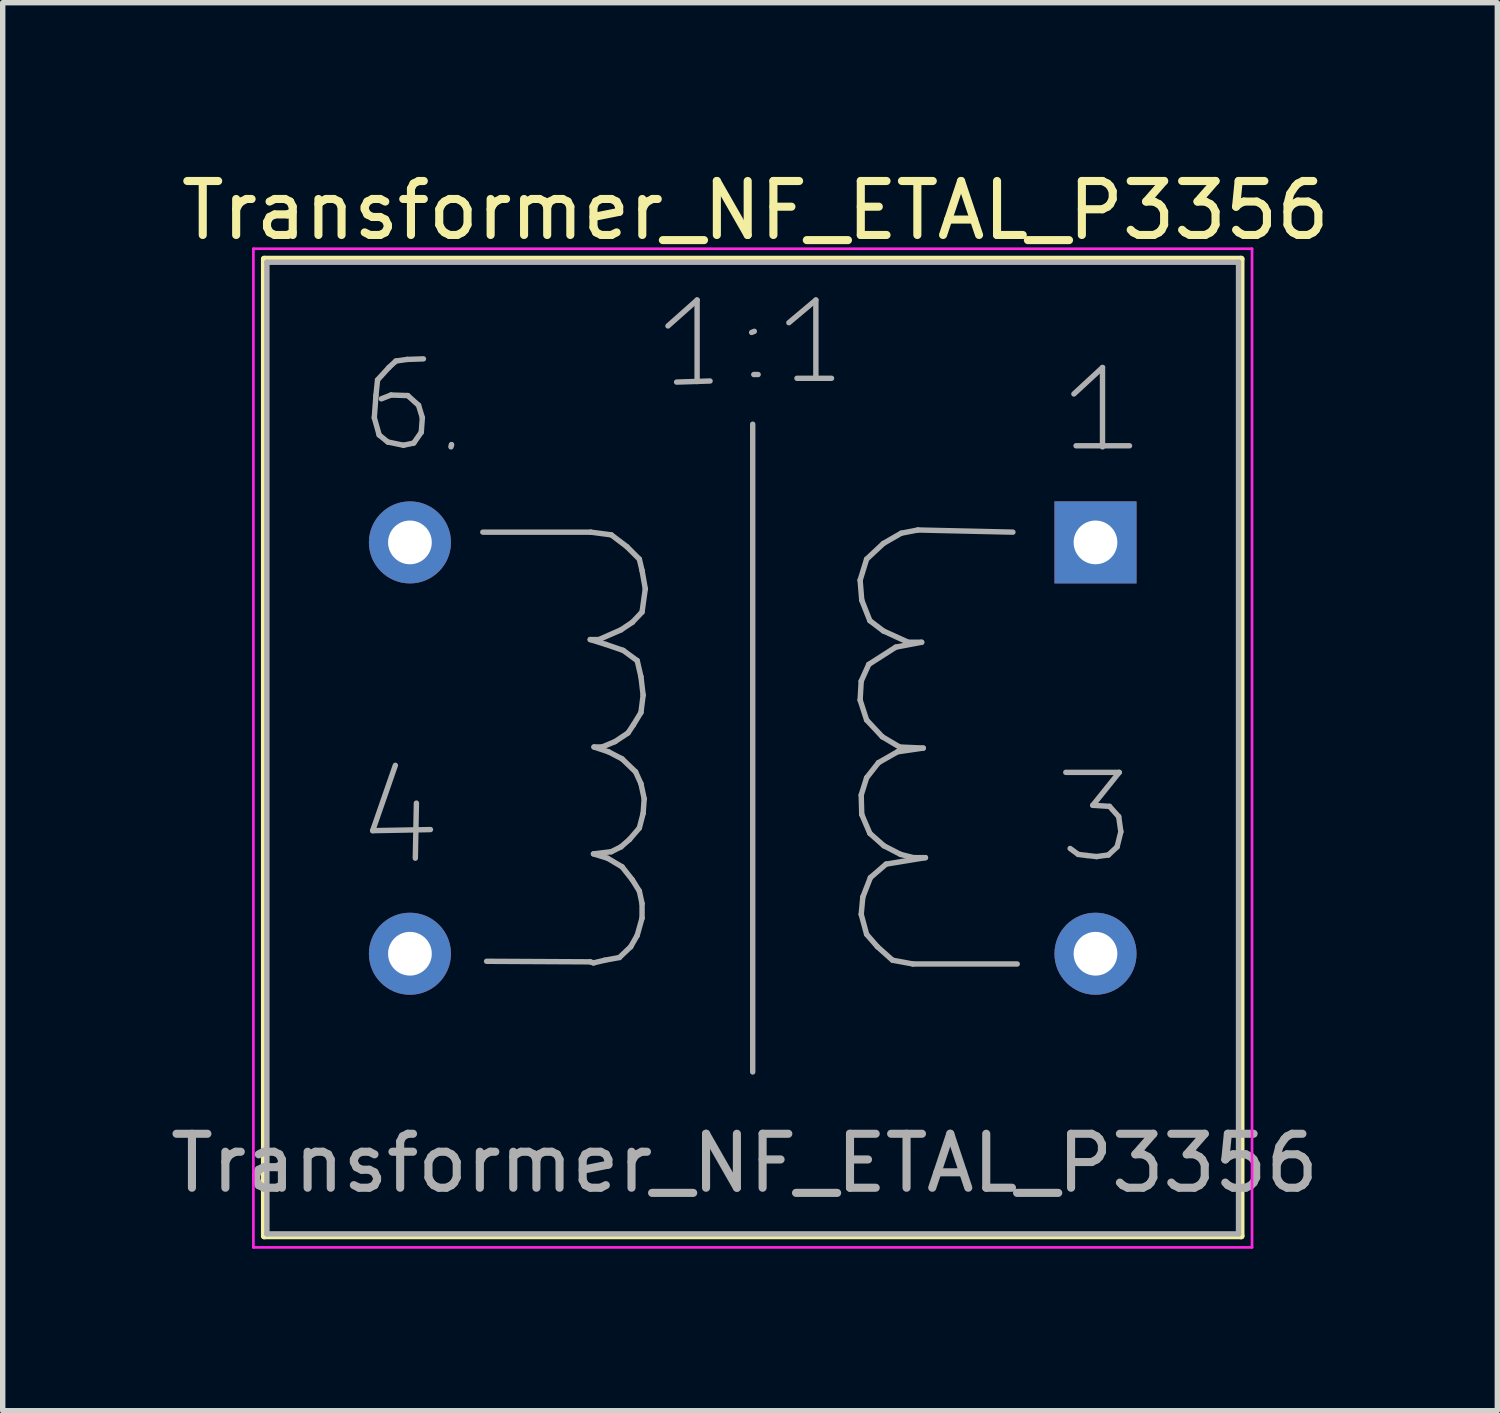
<source format=kicad_pcb>
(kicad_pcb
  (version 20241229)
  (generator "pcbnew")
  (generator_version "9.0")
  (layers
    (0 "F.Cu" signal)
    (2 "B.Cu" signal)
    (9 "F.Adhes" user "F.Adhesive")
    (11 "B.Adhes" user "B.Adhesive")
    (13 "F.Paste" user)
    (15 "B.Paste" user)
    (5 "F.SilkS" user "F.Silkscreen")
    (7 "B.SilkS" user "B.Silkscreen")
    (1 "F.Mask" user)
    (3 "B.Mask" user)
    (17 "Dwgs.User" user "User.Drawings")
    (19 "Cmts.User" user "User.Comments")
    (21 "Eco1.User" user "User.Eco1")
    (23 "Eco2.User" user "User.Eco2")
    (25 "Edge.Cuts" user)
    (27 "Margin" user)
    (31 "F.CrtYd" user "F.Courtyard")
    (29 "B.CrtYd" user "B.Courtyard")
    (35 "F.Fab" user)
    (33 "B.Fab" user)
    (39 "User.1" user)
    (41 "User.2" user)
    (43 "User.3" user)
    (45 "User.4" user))
  (footprint "Transformer_NF_ETAL_P3356"
    (layer "F.Cu")
    (at 17.244 6.998)
    (property "Reference" "Transformer_NF_ETAL_P3356" (at -6.3 -6.15 0) (layer "F.SilkS") (effects (font (size 1 1) (thickness 0.15))))
    (attr through_hole)
    (fp_line (start -15.4 -5.25) (end 2.7 -5.25) (stroke (width 0.12) (type solid)) (layer "F.SilkS"))
    (fp_line (start -15.4 12.85) (end -15.4 -5.25) (stroke (width 0.12) (type solid)) (layer "F.SilkS"))
    (fp_line (start 2.7 -5.25) (end 2.7 12.85) (stroke (width 0.12) (type solid)) (layer "F.SilkS"))
    (fp_line (start 2.7 12.85) (end -15.4 12.85) (stroke (width 0.12) (type solid)) (layer "F.SilkS"))
    (fp_line (start -15.6 -5.44) (end -15.6 13.06) (stroke (width 0.05) (type solid)) (layer "F.CrtYd"))
    (fp_line (start -15.6 -5.44) (end 2.9 -5.44) (stroke (width 0.05) (type solid)) (layer "F.CrtYd"))
    (fp_line (start 2.9 13.06) (end -15.6 13.06) (stroke (width 0.05) (type solid)) (layer "F.CrtYd"))
    (fp_line (start 2.9 13.06) (end 2.9 -5.44) (stroke (width 0.05) (type solid)) (layer "F.CrtYd"))
    (fp_line (start -15.35 -5.19) (end -15.35 12.81) (stroke (width 0.1) (type solid)) (layer "F.Fab"))
    (fp_line (start -15.35 12.81) (end 2.65 12.81) (stroke (width 0.1) (type solid)) (layer "F.Fab"))
    (fp_line (start -13.39 5.34) (end -12.32 5.32) (stroke (width 0.1) (type solid)) (layer "F.Fab"))
    (fp_line (start -13.36 -2.31) (end -13.27 -1.99) (stroke (width 0.1) (type solid)) (layer "F.Fab"))
    (fp_line (start -13.33 -2.72) (end -13.36 -2.31) (stroke (width 0.1) (type solid)) (layer "F.Fab"))
    (fp_line (start -13.3 -3.01) (end -13.33 -2.72) (stroke (width 0.1) (type solid)) (layer "F.Fab"))
    (fp_line (start -13.27 -1.99) (end -13.11 -1.86) (stroke (width 0.1) (type solid)) (layer "F.Fab"))
    (fp_line (start -13.11 -1.86) (end -12.82 -1.8) (stroke (width 0.1) (type solid)) (layer "F.Fab"))
    (fp_line (start -13.09 -3.24) (end -13.3 -3.01) (stroke (width 0.1) (type solid)) (layer "F.Fab"))
    (fp_line (start -13.05 -2.73) (end -13.23 -2.66) (stroke (width 0.1) (type solid)) (layer "F.Fab"))
    (fp_line (start -12.97 4.13) (end -13.39 5.34) (stroke (width 0.1) (type solid)) (layer "F.Fab"))
    (fp_line (start -12.96 -3.36) (end -13.09 -3.24) (stroke (width 0.1) (type solid)) (layer "F.Fab"))
    (fp_line (start -12.82 -1.8) (end -12.63 -1.84) (stroke (width 0.1) (type solid)) (layer "F.Fab"))
    (fp_line (start -12.75 -3.39) (end -12.96 -3.36) (stroke (width 0.1) (type solid)) (layer "F.Fab"))
    (fp_line (start -12.74 -2.72) (end -13.05 -2.73) (stroke (width 0.1) (type solid)) (layer "F.Fab"))
    (fp_line (start -12.63 -1.84) (end -12.49 -2.04) (stroke (width 0.1) (type solid)) (layer "F.Fab"))
    (fp_line (start -12.58 4.83) (end -12.6 5.85) (stroke (width 0.1) (type solid)) (layer "F.Fab"))
    (fp_line (start -12.54 -2.54) (end -12.74 -2.72) (stroke (width 0.1) (type solid)) (layer "F.Fab"))
    (fp_line (start -12.49 -2.04) (end -12.47 -2.31) (stroke (width 0.1) (type solid)) (layer "F.Fab"))
    (fp_line (start -12.47 -2.31) (end -12.54 -2.54) (stroke (width 0.1) (type solid)) (layer "F.Fab"))
    (fp_line (start -12.45 -3.4) (end -12.75 -3.39) (stroke (width 0.1) (type solid)) (layer "F.Fab"))
    (fp_line (start -11.94 -1.77) (end -11.93 -1.81) (stroke (width 0.1) (type solid)) (layer "F.Fab"))
    (fp_line (start -11.93 -1.81) (end -11.93 -1.8) (stroke (width 0.1) (type solid)) (layer "F.Fab"))
    (fp_line (start -11.35 -0.19) (end -9.35 -0.19) (stroke (width 0.1) (type solid)) (layer "F.Fab"))
    (fp_line (start -9.36 1.8) (end -9.07 1.89) (stroke (width 0.1) (type solid)) (layer "F.Fab"))
    (fp_line (start -9.36 7.77) (end -11.28 7.76) (stroke (width 0.1) (type solid)) (layer "F.Fab"))
    (fp_line (start -9.35 -0.19) (end -8.97 -0.14) (stroke (width 0.1) (type solid)) (layer "F.Fab"))
    (fp_line (start -9.3 5.77) (end -9.04 5.85) (stroke (width 0.1) (type solid)) (layer "F.Fab"))
    (fp_line (start -9.3 7.79) (end -9.36 7.77) (stroke (width 0.1) (type solid)) (layer "F.Fab"))
    (fp_line (start -9.29 3.79) (end -9.02 3.88) (stroke (width 0.1) (type solid)) (layer "F.Fab"))
    (fp_line (start -9.2 1.8) (end -9.36 1.8) (stroke (width 0.1) (type solid)) (layer "F.Fab"))
    (fp_line (start -9.14 3.79) (end -9.29 3.79) (stroke (width 0.1) (type solid)) (layer "F.Fab"))
    (fp_line (start -9.09 7.74) (end -9.3 7.79) (stroke (width 0.1) (type solid)) (layer "F.Fab"))
    (fp_line (start -9.07 1.89) (end -8.75 2) (stroke (width 0.1) (type solid)) (layer "F.Fab"))
    (fp_line (start -9.04 5.85) (end -8.77 6.01) (stroke (width 0.1) (type solid)) (layer "F.Fab"))
    (fp_line (start -9.02 3.88) (end -8.77 4.01) (stroke (width 0.1) (type solid)) (layer "F.Fab"))
    (fp_line (start -8.97 -0.14) (end -8.68 0.08) (stroke (width 0.1) (type solid)) (layer "F.Fab"))
    (fp_line (start -8.97 5.73) (end -9.3 5.77) (stroke (width 0.1) (type solid)) (layer "F.Fab"))
    (fp_line (start -8.9 3.69) (end -9.14 3.79) (stroke (width 0.1) (type solid)) (layer "F.Fab"))
    (fp_line (start -8.82 7.69) (end -9.09 7.74) (stroke (width 0.1) (type solid)) (layer "F.Fab"))
    (fp_line (start -8.79 1.62) (end -9.2 1.8) (stroke (width 0.1) (type solid)) (layer "F.Fab"))
    (fp_line (start -8.79 5.64) (end -8.97 5.73) (stroke (width 0.1) (type solid)) (layer "F.Fab"))
    (fp_line (start -8.77 4.01) (end -8.52 4.25) (stroke (width 0.1) (type solid)) (layer "F.Fab"))
    (fp_line (start -8.77 6.01) (end -8.58 6.25) (stroke (width 0.1) (type solid)) (layer "F.Fab"))
    (fp_line (start -8.75 2) (end -8.49 2.19) (stroke (width 0.1) (type solid)) (layer "F.Fab"))
    (fp_line (start -8.68 0.08) (end -8.45 0.31) (stroke (width 0.1) (type solid)) (layer "F.Fab"))
    (fp_line (start -8.66 3.53) (end -8.9 3.69) (stroke (width 0.1) (type solid)) (layer "F.Fab"))
    (fp_line (start -8.63 5.5) (end -8.79 5.64) (stroke (width 0.1) (type solid)) (layer "F.Fab"))
    (fp_line (start -8.61 7.49) (end -8.82 7.69) (stroke (width 0.1) (type solid)) (layer "F.Fab"))
    (fp_line (start -8.58 1.48) (end -8.79 1.62) (stroke (width 0.1) (type solid)) (layer "F.Fab"))
    (fp_line (start -8.58 6.25) (end -8.45 6.46) (stroke (width 0.1) (type solid)) (layer "F.Fab"))
    (fp_line (start -8.56 3.38) (end -8.66 3.53) (stroke (width 0.1) (type solid)) (layer "F.Fab"))
    (fp_line (start -8.52 4.25) (end -8.42 4.47) (stroke (width 0.1) (type solid)) (layer "F.Fab"))
    (fp_line (start -8.49 2.19) (end -8.42 2.49) (stroke (width 0.1) (type solid)) (layer "F.Fab"))
    (fp_line (start -8.49 7.28) (end -8.61 7.49) (stroke (width 0.1) (type solid)) (layer "F.Fab"))
    (fp_line (start -8.45 0.31) (end -8.4 0.52) (stroke (width 0.1) (type solid)) (layer "F.Fab"))
    (fp_line (start -8.45 5.29) (end -8.63 5.5) (stroke (width 0.1) (type solid)) (layer "F.Fab"))
    (fp_line (start -8.45 6.46) (end -8.4 6.69) (stroke (width 0.1) (type solid)) (layer "F.Fab"))
    (fp_line (start -8.42 2.49) (end -8.38 2.83) (stroke (width 0.1) (type solid)) (layer "F.Fab"))
    (fp_line (start -8.42 3.15) (end -8.56 3.38) (stroke (width 0.1) (type solid)) (layer "F.Fab"))
    (fp_line (start -8.42 4.47) (end -8.36 4.75) (stroke (width 0.1) (type solid)) (layer "F.Fab"))
    (fp_line (start -8.4 0.52) (end -8.34 0.86) (stroke (width 0.1) (type solid)) (layer "F.Fab"))
    (fp_line (start -8.4 1.29) (end -8.58 1.48) (stroke (width 0.1) (type solid)) (layer "F.Fab"))
    (fp_line (start -8.4 6.69) (end -8.4 6.96) (stroke (width 0.1) (type solid)) (layer "F.Fab"))
    (fp_line (start -8.4 6.96) (end -8.49 7.28) (stroke (width 0.1) (type solid)) (layer "F.Fab"))
    (fp_line (start -8.38 2.83) (end -8.42 3.15) (stroke (width 0.1) (type solid)) (layer "F.Fab"))
    (fp_line (start -8.38 5.02) (end -8.45 5.29) (stroke (width 0.1) (type solid)) (layer "F.Fab"))
    (fp_line (start -8.36 4.75) (end -8.38 5.02) (stroke (width 0.1) (type solid)) (layer "F.Fab"))
    (fp_line (start -8.34 0.86) (end -8.4 1.29) (stroke (width 0.1) (type solid)) (layer "F.Fab"))
    (fp_line (start -7.92 -4.01) (end -7.38 -4.49) (stroke (width 0.1) (type solid)) (layer "F.Fab"))
    (fp_line (start -7.76 -2.97) (end -7.14 -2.99) (stroke (width 0.1) (type solid)) (layer "F.Fab"))
    (fp_line (start -7.38 -4.49) (end -7.38 -2.98) (stroke (width 0.1) (type solid)) (layer "F.Fab"))
    (fp_line (start -6.35 -2.19) (end -6.35 9.81) (stroke (width 0.1) (type solid)) (layer "F.Fab"))
    (fp_line (start -6.32 -3.91) (end -6.37 -3.89) (stroke (width 0.1) (type solid)) (layer "F.Fab"))
    (fp_line (start -6.25 -3.11) (end -6.33 -3.11) (stroke (width 0.1) (type solid)) (layer "F.Fab"))
    (fp_line (start -5.68 -4.07) (end -5.18 -4.49) (stroke (width 0.1) (type solid)) (layer "F.Fab"))
    (fp_line (start -5.53 -3.04) (end -4.89 -3.04) (stroke (width 0.1) (type solid)) (layer "F.Fab"))
    (fp_line (start -5.18 -4.49) (end -5.18 -3.04) (stroke (width 0.1) (type solid)) (layer "F.Fab"))
    (fp_line (start -4.36 0.7) (end -4.33 1.07) (stroke (width 0.1) (type solid)) (layer "F.Fab"))
    (fp_line (start -4.36 2.92) (end -4.24 3.29) (stroke (width 0.1) (type solid)) (layer "F.Fab"))
    (fp_line (start -4.34 2.57) (end -4.36 2.92) (stroke (width 0.1) (type solid)) (layer "F.Fab"))
    (fp_line (start -4.34 4.68) (end -4.33 5.04) (stroke (width 0.1) (type solid)) (layer "F.Fab"))
    (fp_line (start -4.34 6.89) (end -4.24 7.26) (stroke (width 0.1) (type solid)) (layer "F.Fab"))
    (fp_line (start -4.33 1.07) (end -4.18 1.45) (stroke (width 0.1) (type solid)) (layer "F.Fab"))
    (fp_line (start -4.33 5.04) (end -4.18 5.39) (stroke (width 0.1) (type solid)) (layer "F.Fab"))
    (fp_line (start -4.31 6.57) (end -4.34 6.89) (stroke (width 0.1) (type solid)) (layer "F.Fab"))
    (fp_line (start -4.24 0.31) (end -4.36 0.7) (stroke (width 0.1) (type solid)) (layer "F.Fab"))
    (fp_line (start -4.24 3.29) (end -3.95 3.6) (stroke (width 0.1) (type solid)) (layer "F.Fab"))
    (fp_line (start -4.24 4.36) (end -4.34 4.68) (stroke (width 0.1) (type solid)) (layer "F.Fab"))
    (fp_line (start -4.24 7.26) (end -4.04 7.49) (stroke (width 0.1) (type solid)) (layer "F.Fab"))
    (fp_line (start -4.2 2.26) (end -4.34 2.57) (stroke (width 0.1) (type solid)) (layer "F.Fab"))
    (fp_line (start -4.18 1.45) (end -3.93 1.64) (stroke (width 0.1) (type solid)) (layer "F.Fab"))
    (fp_line (start -4.18 5.39) (end -3.92 5.62) (stroke (width 0.1) (type solid)) (layer "F.Fab"))
    (fp_line (start -4.17 6.21) (end -4.31 6.57) (stroke (width 0.1) (type solid)) (layer "F.Fab"))
    (fp_line (start -4.04 7.49) (end -3.76 7.74) (stroke (width 0.1) (type solid)) (layer "F.Fab"))
    (fp_line (start -4.02 4.08) (end -4.24 4.36) (stroke (width 0.1) (type solid)) (layer "F.Fab"))
    (fp_line (start -3.95 3.6) (end -3.63 3.79) (stroke (width 0.1) (type solid)) (layer "F.Fab"))
    (fp_line (start -3.93 0.02) (end -4.24 0.31) (stroke (width 0.1) (type solid)) (layer "F.Fab"))
    (fp_line (start -3.93 1.64) (end -3.47 1.85) (stroke (width 0.1) (type solid)) (layer "F.Fab"))
    (fp_line (start -3.92 5.62) (end -3.61 5.78) (stroke (width 0.1) (type solid)) (layer "F.Fab"))
    (fp_line (start -3.88 5.96) (end -4.17 6.21) (stroke (width 0.1) (type solid)) (layer "F.Fab"))
    (fp_line (start -3.76 7.74) (end -3.38 7.81) (stroke (width 0.1) (type solid)) (layer "F.Fab"))
    (fp_line (start -3.7 1.94) (end -4.2 2.26) (stroke (width 0.1) (type solid)) (layer "F.Fab"))
    (fp_line (start -3.67 3.88) (end -4.02 4.08) (stroke (width 0.1) (type solid)) (layer "F.Fab"))
    (fp_line (start -3.63 3.79) (end -3.19 3.81) (stroke (width 0.1) (type solid)) (layer "F.Fab"))
    (fp_line (start -3.61 5.78) (end -3.37 5.84) (stroke (width 0.1) (type solid)) (layer "F.Fab"))
    (fp_line (start -3.6 -0.17) (end -3.93 0.02) (stroke (width 0.1) (type solid)) (layer "F.Fab"))
    (fp_line (start -3.47 1.85) (end -3.22 1.85) (stroke (width 0.1) (type solid)) (layer "F.Fab"))
    (fp_line (start -3.38 7.81) (end -1.45 7.81) (stroke (width 0.1) (type solid)) (layer "F.Fab"))
    (fp_line (start -3.37 5.84) (end -3.15 5.84) (stroke (width 0.1) (type solid)) (layer "F.Fab"))
    (fp_line (start -3.29 -0.23) (end -3.6 -0.17) (stroke (width 0.1) (type solid)) (layer "F.Fab"))
    (fp_line (start -3.22 1.85) (end -3.7 1.94) (stroke (width 0.1) (type solid)) (layer "F.Fab"))
    (fp_line (start -3.19 3.81) (end -3.67 3.88) (stroke (width 0.1) (type solid)) (layer "F.Fab"))
    (fp_line (start -3.15 5.84) (end -3.88 5.96) (stroke (width 0.1) (type solid)) (layer "F.Fab"))
    (fp_line (start -1.53 -0.19) (end -3.29 -0.23) (stroke (width 0.1) (type solid)) (layer "F.Fab"))
    (fp_line (start -0.55 4.26) (end 0.44 4.26) (stroke (width 0.1) (type solid)) (layer "F.Fab"))
    (fp_line (start -0.4 -2.75) (end 0.13 -3.24) (stroke (width 0.1) (type solid)) (layer "F.Fab"))
    (fp_line (start -0.36 -1.79) (end 0.63 -1.79) (stroke (width 0.1) (type solid)) (layer "F.Fab"))
    (fp_line (start -0.32 5.78) (end -0.47 5.67) (stroke (width 0.1) (type solid)) (layer "F.Fab"))
    (fp_line (start -0.16 5.8) (end -0.32 5.78) (stroke (width 0.1) (type solid)) (layer "F.Fab"))
    (fp_line (start -0.05 4.87) (end 0.26 4.89) (stroke (width 0.1) (type solid)) (layer "F.Fab"))
    (fp_line (start 0.02 5.82) (end -0.16 5.8) (stroke (width 0.1) (type solid)) (layer "F.Fab"))
    (fp_line (start 0.13 -3.24) (end 0.13 -1.77) (stroke (width 0.1) (type solid)) (layer "F.Fab"))
    (fp_line (start 0.24 5.79) (end 0.02 5.82) (stroke (width 0.1) (type solid)) (layer "F.Fab"))
    (fp_line (start 0.26 4.89) (end 0.43 5.08) (stroke (width 0.1) (type solid)) (layer "F.Fab"))
    (fp_line (start 0.4 5.64) (end 0.24 5.79) (stroke (width 0.1) (type solid)) (layer "F.Fab"))
    (fp_line (start 0.43 5.08) (end 0.47 5.36) (stroke (width 0.1) (type solid)) (layer "F.Fab"))
    (fp_line (start 0.44 4.26) (end -0.05 4.87) (stroke (width 0.1) (type solid)) (layer "F.Fab"))
    (fp_line (start 0.47 5.36) (end 0.4 5.64) (stroke (width 0.1) (type solid)) (layer "F.Fab"))
    (fp_line (start 2.65 -5.19) (end -15.35 -5.19) (stroke (width 0.1) (type solid)) (layer "F.Fab"))
    (fp_line (start 2.65 12.81) (end 2.65 -5.19) (stroke (width 0.1) (type solid)) (layer "F.Fab"))
    (fp_text user "${REFERENCE}" (at -6.5 11.5 0) (layer "F.Fab") (effects (font (size 1 1) (thickness 0.15))))
    (pad "1" thru_hole rect (at 0 0) (size 1.52 1.52) (drill 0.81) (layers "*.Cu" "*.Mask"))
    (pad "3" thru_hole circle (at 0 7.62) (size 1.52 1.52) (drill 0.81) (layers "*.Cu" "*.Mask"))
    (pad "4" thru_hole circle (at -12.7 7.62) (size 1.52 1.52) (drill 0.81) (layers "*.Cu" "*.Mask"))
    (pad "6" thru_hole circle (at -12.7 0) (size 1.52 1.52) (drill 0.81) (layers "*.Cu" "*.Mask")))
  (gr_rect
    (start -3 -3)
    (end 24.688 23.083)
    (stroke (width 0.1) (type default))
    (fill no)
    (layer "Edge.Cuts")))
</source>
